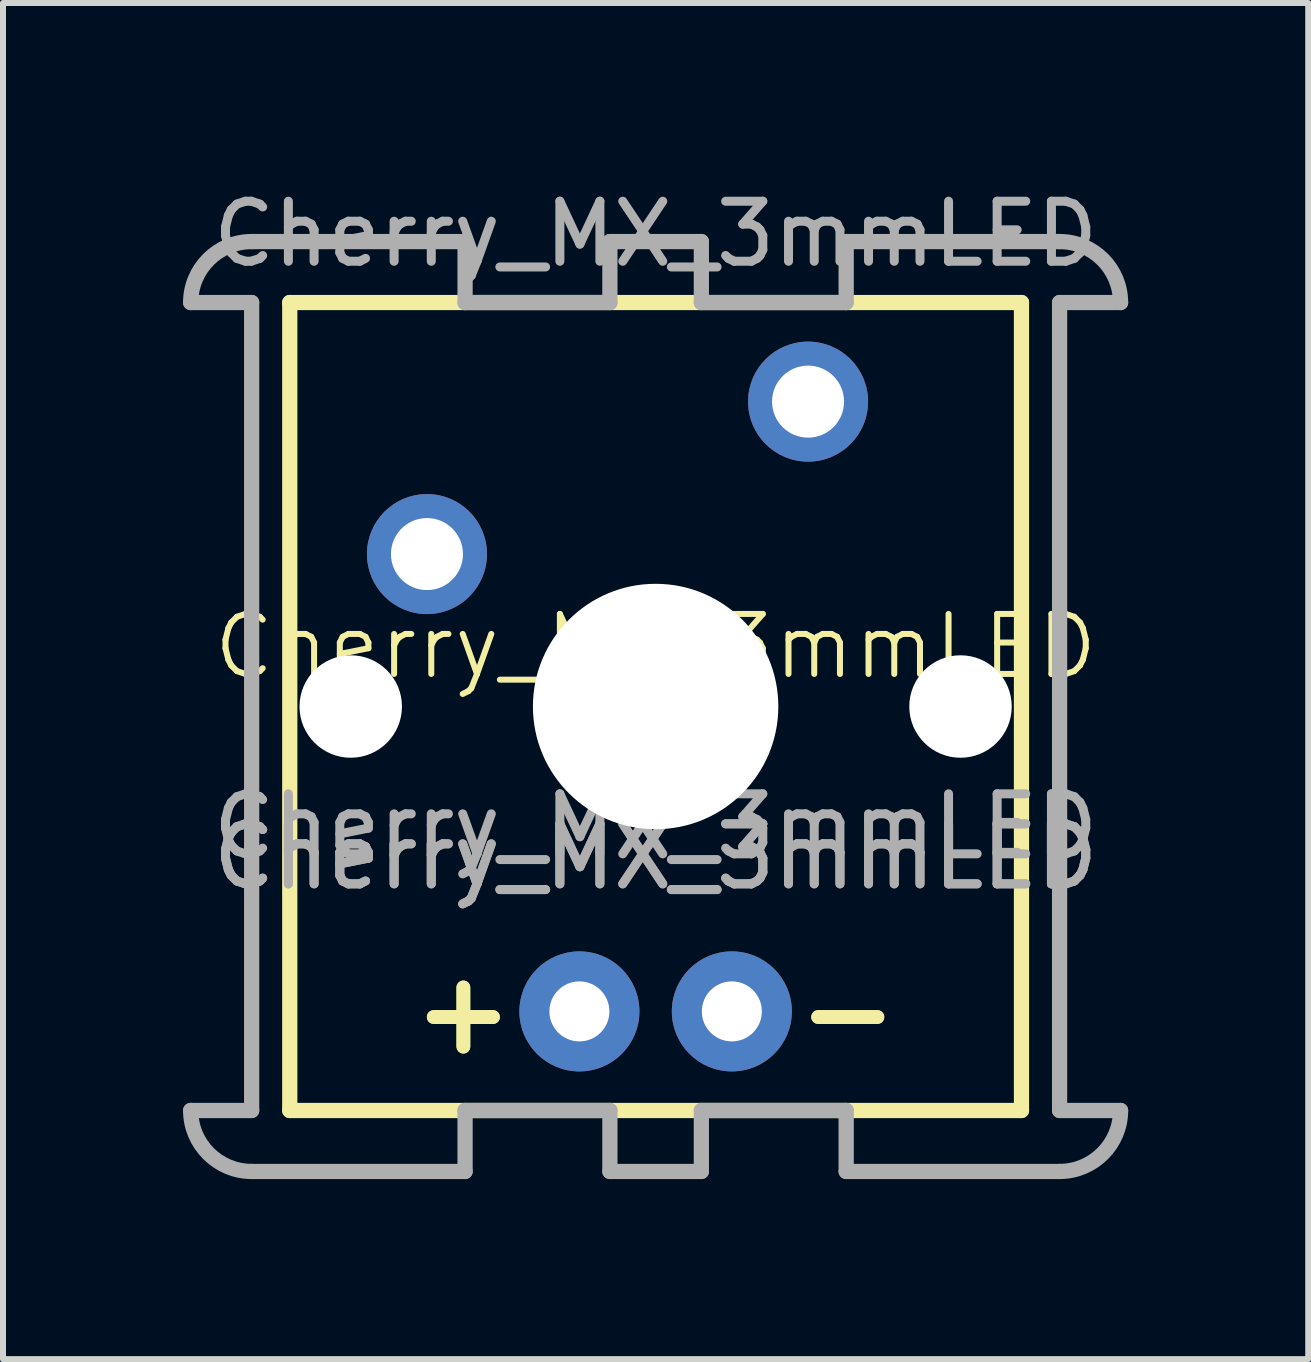
<source format=kicad_pcb>
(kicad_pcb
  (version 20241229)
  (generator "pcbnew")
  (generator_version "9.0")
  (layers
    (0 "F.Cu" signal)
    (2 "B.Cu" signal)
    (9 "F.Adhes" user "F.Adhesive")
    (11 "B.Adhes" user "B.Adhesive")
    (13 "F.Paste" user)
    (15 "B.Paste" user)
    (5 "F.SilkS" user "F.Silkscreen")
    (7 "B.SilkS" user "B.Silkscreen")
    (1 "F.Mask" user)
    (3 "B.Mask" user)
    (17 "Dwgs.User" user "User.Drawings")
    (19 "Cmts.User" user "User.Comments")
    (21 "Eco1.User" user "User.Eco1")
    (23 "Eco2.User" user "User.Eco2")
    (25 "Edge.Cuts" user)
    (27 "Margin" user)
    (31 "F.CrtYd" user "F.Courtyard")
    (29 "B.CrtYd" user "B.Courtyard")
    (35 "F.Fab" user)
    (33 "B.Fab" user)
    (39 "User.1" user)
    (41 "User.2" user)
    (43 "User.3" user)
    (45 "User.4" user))
  (footprint "Cherry_MX_3mmLED"
    (layer "F.Cu")
    (at 7.874 8.222)
    (property "Reference" "Cherry_MX_3mmLED" (at 0 -0.5 0) (unlocked yes) (layer "F.SilkS") (effects (font (size 1 1) (thickness 0.1))))
    (attr through_hole)
    (fp_line (start -6.096 -6.231) (end 6.096 -6.231) (stroke (width 0.254) (type solid)) (layer "F.SilkS"))
    (fp_line (start -6.096 7.231) (end -6.096 -6.231) (stroke (width 0.254) (type solid)) (layer "F.SilkS"))
    (fp_line (start 6.096 -6.231) (end 6.096 7.231) (stroke (width 0.254) (type solid)) (layer "F.SilkS"))
    (fp_line (start 6.096 7.231) (end -6.096 7.231) (stroke (width 0.254) (type solid)) (layer "F.SilkS"))
    (fp_line (start -6.731 -7.247) (end -3.175 -7.247) (stroke (width 0.254) (type solid)) (layer "F.Fab"))
    (fp_line (start -6.731 -6.231) (end -7.747 -6.231) (stroke (width 0.254) (type solid)) (layer "F.Fab"))
    (fp_line (start -6.731 7.231) (end -7.747 7.231) (stroke (width 0.254) (type solid)) (layer "F.Fab"))
    (fp_line (start -6.731 7.231) (end -6.731 -6.231) (stroke (width 0.254) (type solid)) (layer "F.Fab"))
    (fp_line (start -6.731 8.247) (end -3.175 8.247) (stroke (width 0.254) (type solid)) (layer "F.Fab"))
    (fp_line (start -3.175 -7.247) (end -3.175 -6.231) (stroke (width 0.254) (type solid)) (layer "F.Fab"))
    (fp_line (start -3.175 -6.231) (end -0.762 -6.231) (stroke (width 0.254) (type solid)) (layer "F.Fab"))
    (fp_line (start -3.175 8.247) (end -3.175 7.231) (stroke (width 0.254) (type solid)) (layer "F.Fab"))
    (fp_line (start -0.762 -7.247) (end 0.762 -7.247) (stroke (width 0.254) (type solid)) (layer "F.Fab"))
    (fp_line (start -0.762 -6.231) (end -0.762 -7.247) (stroke (width 0.254) (type solid)) (layer "F.Fab"))
    (fp_line (start -0.762 7.231) (end -3.175 7.231) (stroke (width 0.254) (type solid)) (layer "F.Fab"))
    (fp_line (start -0.762 8.247) (end -0.762 7.231) (stroke (width 0.254) (type solid)) (layer "F.Fab"))
    (fp_line (start 0.762 -7.247) (end 0.762 -6.231) (stroke (width 0.254) (type solid)) (layer "F.Fab"))
    (fp_line (start 0.762 -6.231) (end 3.175 -6.231) (stroke (width 0.254) (type solid)) (layer "F.Fab"))
    (fp_line (start 0.762 7.231) (end 0.762 8.247) (stroke (width 0.254) (type solid)) (layer "F.Fab"))
    (fp_line (start 0.762 8.247) (end -0.762 8.247) (stroke (width 0.254) (type solid)) (layer "F.Fab"))
    (fp_line (start 3.175 -7.247) (end 3.175 -6.231) (stroke (width 0.254) (type solid)) (layer "F.Fab"))
    (fp_line (start 3.175 7.231) (end 0.762 7.231) (stroke (width 0.254) (type solid)) (layer "F.Fab"))
    (fp_line (start 3.175 8.247) (end 3.175 7.231) (stroke (width 0.254) (type solid)) (layer "F.Fab"))
    (fp_line (start 6.731 -7.247) (end 3.175 -7.247) (stroke (width 0.254) (type solid)) (layer "F.Fab"))
    (fp_line (start 6.731 -6.231) (end 6.731 7.231) (stroke (width 0.254) (type solid)) (layer "F.Fab"))
    (fp_line (start 6.731 -6.231) (end 7.747 -6.231) (stroke (width 0.254) (type solid)) (layer "F.Fab"))
    (fp_line (start 6.731 7.231) (end 7.747 7.231) (stroke (width 0.254) (type solid)) (layer "F.Fab"))
    (fp_line (start 6.731 8.247) (end 3.175 8.247) (stroke (width 0.254) (type solid)) (layer "F.Fab"))
    (fp_arc (start -7.747 -6.231) (mid -7.44942 -6.94942) (end -6.731 -7.247) (stroke (width 0.254) (type solid)) (layer "F.Fab"))
    (fp_arc (start -6.731 8.247) (mid -7.44942 7.94942) (end -7.747 7.231) (stroke (width 0.254) (type solid)) (layer "F.Fab"))
    (fp_arc (start 6.731 -7.247) (mid 7.44942 -6.94942) (end 7.747 -6.231) (stroke (width 0.254) (type solid)) (layer "F.Fab"))
    (fp_arc (start 7.747 7.231) (mid 7.44942 7.94942) (end 6.731 8.247) (stroke (width 0.254) (type solid)) (layer "F.Fab"))
    (fp_text user "-" (at 2.249 5.58 0) (unlocked yes) (layer "F.SilkS") (effects (font (size 1.295 1.295) (thickness 0.229)) (justify right mirror)))
    (fp_text user "+" (at -2.251 5.58 0) (layer "F.SilkS") (effects (font (size 1.295 1.295) (thickness 0.229)) (justify right)))
    (fp_text user "-" (at 2.249 5.58 0) (layer "F.SilkS") (effects (font (size 1.295 1.295) (thickness 0.229)) (justify left)))
    (fp_text user "+" (at -2.251 5.58 0) (unlocked yes) (layer "F.SilkS") (effects (font (size 1.295 1.295) (thickness 0.229)) (justify left mirror)))
    (fp_text user "${REFERENCE}" (at 0 2.5 0) (unlocked yes) (layer "F.Fab") (effects (font (size 1 1) (thickness 0.15))))
    (fp_text user "${REFERENCE}" (at 0 3 0) (unlocked yes) (layer "F.Fab") (effects (font (size 1 1) (thickness 0.15))))
    (fp_text user "${REFERENCE}" (at 0 -7.374 0) (layer "F.Fab") (effects (font (size 1 1) (thickness 0.15))))
    (fp_text user "${REFERENCE}" (at 0 3 0) (unlocked yes) (layer "F.Fab") (effects (font (size 1 1) (thickness 0.15))))
    (pad "" np_thru_hole circle (at -5.08 0.5) (size 1.707 1.707) (drill 1.707) (layers "*.Cu" "*.Mask"))
    (pad "" np_thru_hole circle (at 0 0.5) (size 4.089 4.089) (drill 4.089) (layers "*.Cu" "*.Mask"))
    (pad "" np_thru_hole circle (at 5.08 0.5) (size 1.707 1.707) (drill 1.707) (layers "*.Cu" "*.Mask"))
    (pad "A" thru_hole circle (at -1.27 5.58) (size 2 2) (drill 1) (layers "*.Cu" "*.Mask"))
    (pad "K" thru_hole circle (at 1.27 5.58) (size 2 2) (drill 1) (layers "*.Cu" "*.Mask"))
    (pad "S1" thru_hole circle (at -3.81 -2.04) (size 2 2) (drill 1.2) (layers "*.Cu" "*.Mask"))
    (pad "S2" thru_hole circle (at 2.54 -4.58) (size 2 2) (drill 1.2) (layers "*.Cu" "*.Mask")))
  (gr_rect
    (start -3 -3)
    (end 18.748 19.596)
    (stroke (width 0.1) (type default))
    (fill no)
    (layer "Edge.Cuts")))
</source>
